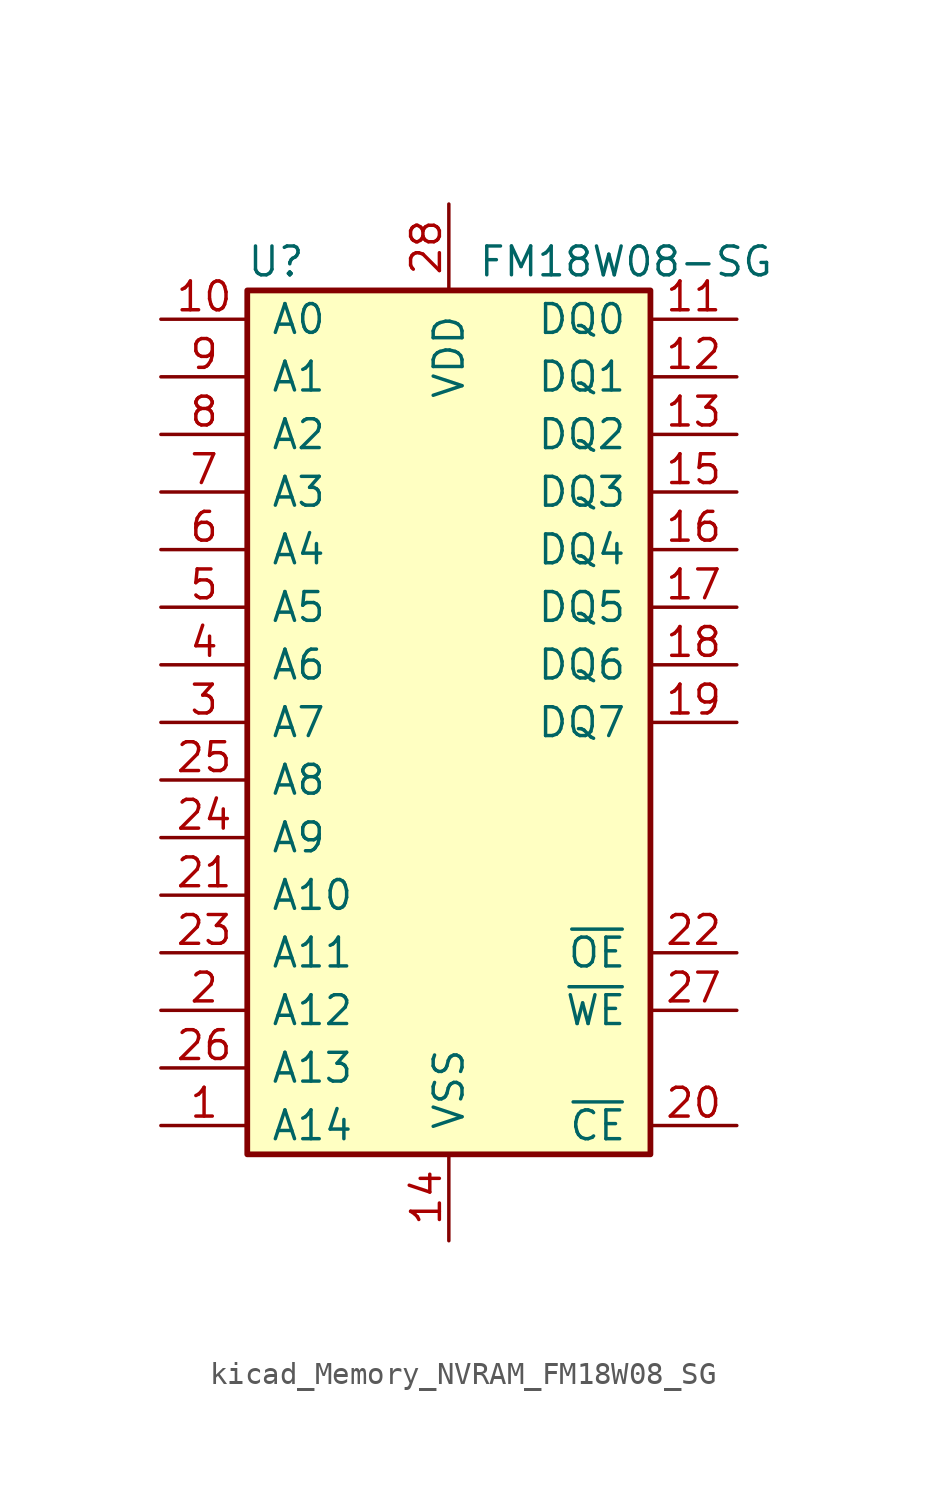
<source format=kicad_sym>
(kicad_symbol_lib
  (version 20220914)
  (generator kicad_symbol_editor)
  (symbol "kicad_Memory_NVRAM_FM18W08_SG"
    (pin_names
      (offset 1.016))
    (property "Reference" "U"
      (at -7.62 20.32 0)
      (effects (font (size 1.27 1.27))))
    (property "Value" "FM18W08-SG"
      (at 1.27 20.32 0)
      (effects (font (size 1.27 1.27)) (justify left)))
    (symbol "kicad_Memory_NVRAM_FM18W08_SG_0_1"
      (rectangle (start -8.89 19.05) (end 8.89 -19.05) (stroke (width 0.254) (type default)) (fill (type background))))
    (symbol "kicad_Memory_NVRAM_FM18W08_SG_1_1"
      (pin input line (at -12.7 -17.78 0) (length 3.81) (name "A14" (effects (font (size 1.27 1.27)))) (number "1" (effects (font (size 1.27 1.27)))))
      (pin input line (at -12.7 17.78 0) (length 3.81) (name "A0" (effects (font (size 1.27 1.27)))) (number "10" (effects (font (size 1.27 1.27)))))
      (pin bidirectional line (at 12.7 17.78 180) (length 3.81) (name "DQ0" (effects (font (size 1.27 1.27)))) (number "11" (effects (font (size 1.27 1.27)))))
      (pin bidirectional line (at 12.7 15.24 180) (length 3.81) (name "DQ1" (effects (font (size 1.27 1.27)))) (number "12" (effects (font (size 1.27 1.27)))))
      (pin bidirectional line (at 12.7 12.7 180) (length 3.81) (name "DQ2" (effects (font (size 1.27 1.27)))) (number "13" (effects (font (size 1.27 1.27)))))
      (pin power_in line (at 0 -22.86 90) (length 3.81) (name "VSS" (effects (font (size 1.27 1.27)))) (number "14" (effects (font (size 1.27 1.27)))))
      (pin bidirectional line (at 12.7 10.16 180) (length 3.81) (name "DQ3" (effects (font (size 1.27 1.27)))) (number "15" (effects (font (size 1.27 1.27)))))
      (pin bidirectional line (at 12.7 7.62 180) (length 3.81) (name "DQ4" (effects (font (size 1.27 1.27)))) (number "16" (effects (font (size 1.27 1.27)))))
      (pin bidirectional line (at 12.7 5.08 180) (length 3.81) (name "DQ5" (effects (font (size 1.27 1.27)))) (number "17" (effects (font (size 1.27 1.27)))))
      (pin bidirectional line (at 12.7 2.54 180) (length 3.81) (name "DQ6" (effects (font (size 1.27 1.27)))) (number "18" (effects (font (size 1.27 1.27)))))
      (pin bidirectional line (at 12.7 0 180) (length 3.81) (name "DQ7" (effects (font (size 1.27 1.27)))) (number "19" (effects (font (size 1.27 1.27)))))
      (pin input line (at -12.7 -12.7 0) (length 3.81) (name "A12" (effects (font (size 1.27 1.27)))) (number "2" (effects (font (size 1.27 1.27)))))
      (pin input line (at 12.7 -17.78 180) (length 3.81) (name "~{CE}" (effects (font (size 1.27 1.27)))) (number "20" (effects (font (size 1.27 1.27)))))
      (pin input line (at -12.7 -7.62 0) (length 3.81) (name "A10" (effects (font (size 1.27 1.27)))) (number "21" (effects (font (size 1.27 1.27)))))
      (pin input line (at 12.7 -10.16 180) (length 3.81) (name "~{OE}" (effects (font (size 1.27 1.27)))) (number "22" (effects (font (size 1.27 1.27)))))
      (pin input line (at -12.7 -10.16 0) (length 3.81) (name "A11" (effects (font (size 1.27 1.27)))) (number "23" (effects (font (size 1.27 1.27)))))
      (pin input line (at -12.7 -5.08 0) (length 3.81) (name "A9" (effects (font (size 1.27 1.27)))) (number "24" (effects (font (size 1.27 1.27)))))
      (pin input line (at -12.7 -2.54 0) (length 3.81) (name "A8" (effects (font (size 1.27 1.27)))) (number "25" (effects (font (size 1.27 1.27)))))
      (pin input line (at -12.7 -15.24 0) (length 3.81) (name "A13" (effects (font (size 1.27 1.27)))) (number "26" (effects (font (size 1.27 1.27)))))
      (pin input line (at 12.7 -12.7 180) (length 3.81) (name "~{WE}" (effects (font (size 1.27 1.27)))) (number "27" (effects (font (size 1.27 1.27)))))
      (pin power_in line (at 0 22.86 270) (length 3.81) (name "VDD" (effects (font (size 1.27 1.27)))) (number "28" (effects (font (size 1.27 1.27)))))
      (pin input line (at -12.7 0 0) (length 3.81) (name "A7" (effects (font (size 1.27 1.27)))) (number "3" (effects (font (size 1.27 1.27)))))
      (pin input line (at -12.7 2.54 0) (length 3.81) (name "A6" (effects (font (size 1.27 1.27)))) (number "4" (effects (font (size 1.27 1.27)))))
      (pin input line (at -12.7 5.08 0) (length 3.81) (name "A5" (effects (font (size 1.27 1.27)))) (number "5" (effects (font (size 1.27 1.27)))))
      (pin input line (at -12.7 7.62 0) (length 3.81) (name "A4" (effects (font (size 1.27 1.27)))) (number "6" (effects (font (size 1.27 1.27)))))
      (pin input line (at -12.7 10.16 0) (length 3.81) (name "A3" (effects (font (size 1.27 1.27)))) (number "7" (effects (font (size 1.27 1.27)))))
      (pin input line (at -12.7 12.7 0) (length 3.81) (name "A2" (effects (font (size 1.27 1.27)))) (number "8" (effects (font (size 1.27 1.27)))))
      (pin input line (at -12.7 15.24 0) (length 3.81) (name "A1" (effects (font (size 1.27 1.27)))) (number "9" (effects (font (size 1.27 1.27))))))))
</source>
